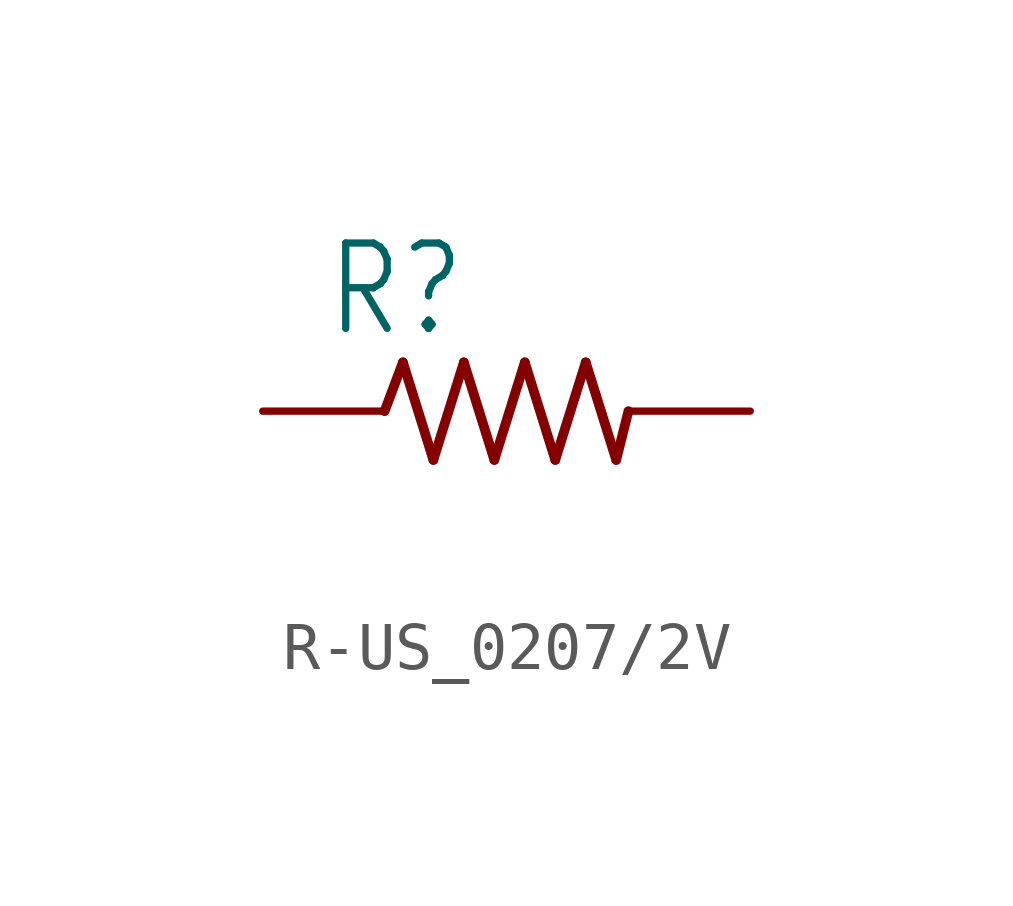
<source format=kicad_sym>
(kicad_symbol_lib
  (version 20220914)
  (generator kicad_symbol_editor)
  (symbol "R-US_0207/2V"
    (property "Reference" "R"
      (at -3.81 1.499 0)
      (effects (font (size 1.778 1.511)) (justify left bottom)))
    (property "Value" ""
      (at -3.81 -3.302 0)
      (effects (font (size 1.778 1.511)) (justify left bottom)))
    (property "ki_locked" ""
      (at 0 0 0)
      (effects (font (size 1.27 1.27))))
    (symbol "R-US_0207/2V_1_0"
      (polyline (pts (xy -2.54 0) (xy -2.159 1.016)) (stroke (width 0.203) (type solid)) (fill (type none)))
      (polyline (pts (xy -2.159 1.016) (xy -1.524 -1.016)) (stroke (width 0.203) (type solid)) (fill (type none)))
      (polyline (pts (xy -1.524 -1.016) (xy -0.889 1.016)) (stroke (width 0.203) (type solid)) (fill (type none)))
      (polyline (pts (xy -0.889 1.016) (xy -0.254 -1.016)) (stroke (width 0.203) (type solid)) (fill (type none)))
      (polyline (pts (xy -0.254 -1.016) (xy 0.381 1.016)) (stroke (width 0.203) (type solid)) (fill (type none)))
      (polyline (pts (xy 0.381 1.016) (xy 1.016 -1.016)) (stroke (width 0.203) (type solid)) (fill (type none)))
      (polyline (pts (xy 1.016 -1.016) (xy 1.651 1.016)) (stroke (width 0.203) (type solid)) (fill (type none)))
      (polyline (pts (xy 1.651 1.016) (xy 2.286 -1.016)) (stroke (width 0.203) (type solid)) (fill (type none)))
      (polyline (pts (xy 2.286 -1.016) (xy 2.54 0)) (stroke (width 0.203) (type solid)) (fill (type none)))
      (pin passive line (at -5.08 0 0) (length 2.54) (name "1" (effects (font (size 0 0)))) (number "1" (effects (font (size 0 0)))))
      (pin passive line (at 5.08 0 180) (length 2.54) (name "2" (effects (font (size 0 0)))) (number "2" (effects (font (size 0 0))))))))
</source>
